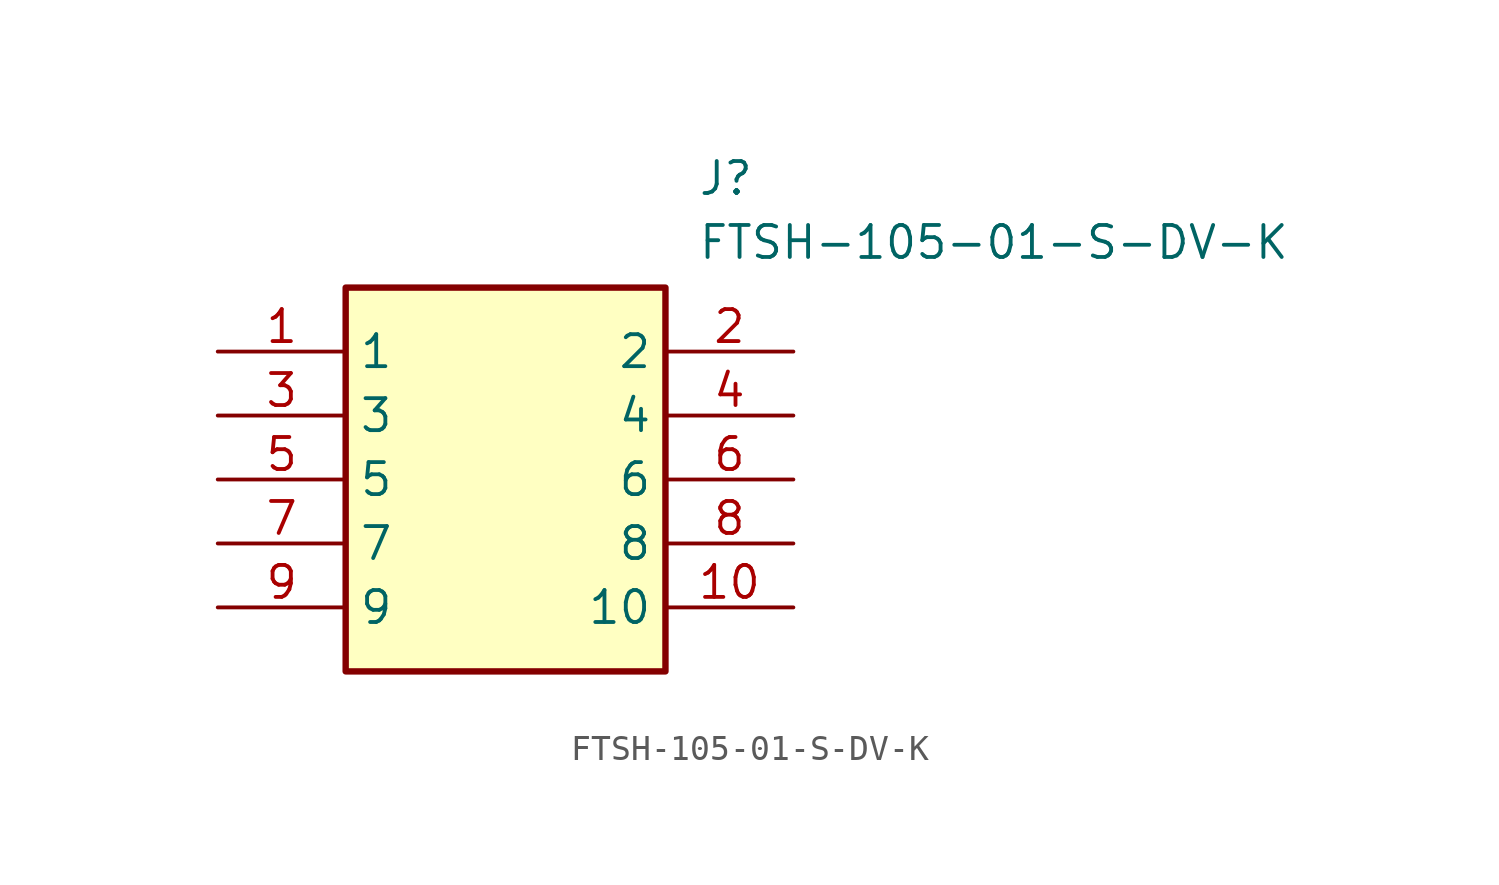
<source format=kicad_sym>
(kicad_symbol_lib
  (version 20211014)
  (generator SamacSys_ECAD_Model)
  (symbol "FTSH-105-01-S-DV-K"
    (property "Reference" "J"
      (at 19.05 7.62 0)
      (effects (font (size 1.27 1.27)) (justify left top)))
    (property "Value" "FTSH-105-01-S-DV-K"
      (at 19.05 5.08 0)
      (effects (font (size 1.27 1.27)) (justify left top)))
    (rectangle
      (start 5.08 2.54)
      (end 17.78 -12.7)
      (stroke (width 0.254) (type default))
      (fill (type background)))
    (pin passive line
      (at 0 0 0)
      (length 5.08)
      (name "1" (effects (font (size 1.27 1.27))))
      (number "1" (effects (font (size 1.27 1.27)))))
    (pin passive line
      (at 22.86 0 180)
      (length 5.08)
      (name "2" (effects (font (size 1.27 1.27))))
      (number "2" (effects (font (size 1.27 1.27)))))
    (pin passive line
      (at 0 -2.54 0)
      (length 5.08)
      (name "3" (effects (font (size 1.27 1.27))))
      (number "3" (effects (font (size 1.27 1.27)))))
    (pin passive line
      (at 22.86 -2.54 180)
      (length 5.08)
      (name "4" (effects (font (size 1.27 1.27))))
      (number "4" (effects (font (size 1.27 1.27)))))
    (pin passive line
      (at 0 -5.08 0)
      (length 5.08)
      (name "5" (effects (font (size 1.27 1.27))))
      (number "5" (effects (font (size 1.27 1.27)))))
    (pin passive line
      (at 22.86 -5.08 180)
      (length 5.08)
      (name "6" (effects (font (size 1.27 1.27))))
      (number "6" (effects (font (size 1.27 1.27)))))
    (pin passive line
      (at 0 -7.62 0)
      (length 5.08)
      (name "7" (effects (font (size 1.27 1.27))))
      (number "7" (effects (font (size 1.27 1.27)))))
    (pin passive line
      (at 22.86 -7.62 180)
      (length 5.08)
      (name "8" (effects (font (size 1.27 1.27))))
      (number "8" (effects (font (size 1.27 1.27)))))
    (pin passive line
      (at 0 -10.16 0)
      (length 5.08)
      (name "9" (effects (font (size 1.27 1.27))))
      (number "9" (effects (font (size 1.27 1.27)))))
    (pin passive line
      (at 22.86 -10.16 180)
      (length 5.08)
      (name "10" (effects (font (size 1.27 1.27))))
      (number "10" (effects (font (size 1.27 1.27)))))))
</source>
